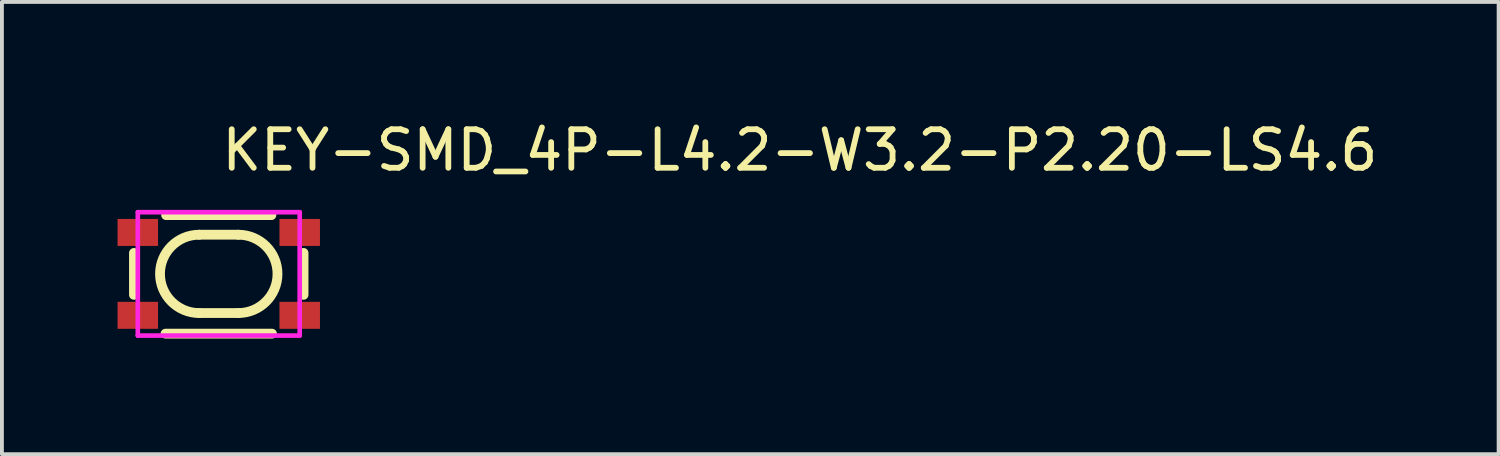
<source format=kicad_pcb>
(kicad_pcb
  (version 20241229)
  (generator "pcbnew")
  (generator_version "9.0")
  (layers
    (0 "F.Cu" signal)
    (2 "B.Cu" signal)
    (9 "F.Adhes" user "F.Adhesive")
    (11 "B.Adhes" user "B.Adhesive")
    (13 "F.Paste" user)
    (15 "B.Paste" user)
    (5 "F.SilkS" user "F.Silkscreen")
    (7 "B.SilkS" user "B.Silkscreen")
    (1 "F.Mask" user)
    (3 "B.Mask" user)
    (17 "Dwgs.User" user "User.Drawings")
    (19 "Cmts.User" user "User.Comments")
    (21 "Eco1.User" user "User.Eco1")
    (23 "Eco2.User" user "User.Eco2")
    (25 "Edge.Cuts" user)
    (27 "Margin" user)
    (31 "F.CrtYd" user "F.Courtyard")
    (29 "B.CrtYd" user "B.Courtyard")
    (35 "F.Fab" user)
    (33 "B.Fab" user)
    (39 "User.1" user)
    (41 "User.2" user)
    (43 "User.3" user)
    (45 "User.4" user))
  (footprint "KEY-SMD_4P-L4.2-W3.2-P2.20-LS4.6"
    (layer "F.Cu")
    (at 2.625 4.055)
    (property "Reference" "KEY-SMD_4P-L4.2-W3.2-P2.20-LS4.6" (at 0 -3.207 0) (layer "F.SilkS") (effects (font (size 1 1) (thickness 0.15)) (justify left)))
    (attr through_hole)
    (fp_line (start -2.2 -0.544) (end -2.2 0.544) (stroke (width 0.254) (type solid)) (layer "F.SilkS"))
    (fp_line (start -1.381 1.55) (end 1.381 1.55) (stroke (width 0.254) (type solid)) (layer "F.SilkS"))
    (fp_line (start -0.508 -1.016) (end 0.508 -1.016) (stroke (width 0.254) (type solid)) (layer "F.SilkS"))
    (fp_line (start -0.508 1.016) (end 0.508 1.016) (stroke (width 0.254) (type solid)) (layer "F.SilkS"))
    (fp_line (start 1.366 -1.524) (end -1.366 -1.524) (stroke (width 0.254) (type solid)) (layer "F.SilkS"))
    (fp_line (start 2.2 -0.544) (end 2.2 0.544) (stroke (width 0.254) (type solid)) (layer "F.SilkS"))
    (fp_arc (start -0.508 1.016) (mid -1.524 0) (end -0.508 -1.016) (stroke (width 0.254) (type solid)) (layer "F.SilkS"))
    (fp_arc (start 0.508 -1.016) (mid 1.524 0) (end 0.508 1.016) (stroke (width 0.254) (type solid)) (layer "F.SilkS"))
    (fp_circle (center -2.3 -1.6) (end -2.27 -1.6) (stroke (width 0.06) (type solid)) (fill no) (layer "Eco2.User"))
    (fp_poly (pts (xy -2.35 -1.35) (xy -1.65 -1.35) (xy -1.65 -0.8) (xy -2.35 -0.8)) (stroke (width 0.12) (type solid)) (fill no) (layer "Eco2.User"))
    (fp_poly (pts (xy -2.35 0.8) (xy -1.65 0.8) (xy -1.65 1.35) (xy -2.35 1.35)) (stroke (width 0.12) (type solid)) (fill no) (layer "Eco2.User"))
    (fp_poly (pts (xy 1.651 -1.35) (xy 2.351 -1.35) (xy 2.351 -0.8) (xy 1.651 -0.8)) (stroke (width 0.12) (type solid)) (fill no) (layer "Eco2.User"))
    (fp_poly (pts (xy 1.651 0.8) (xy 2.351 0.8) (xy 2.351 1.35) (xy 1.651 1.35)) (stroke (width 0.12) (type solid)) (fill no) (layer "Eco2.User"))
    (fp_line (start -2.1 -1.6) (end 2.1 -1.6) (stroke (width 0.12) (type solid)) (layer "F.CrtYd"))
    (fp_line (start -2.1 1.6) (end -2.1 -1.6) (stroke (width 0.12) (type solid)) (layer "F.CrtYd"))
    (fp_line (start 2.1 -1.6) (end 2.1 1.6) (stroke (width 0.12) (type solid)) (layer "F.CrtYd"))
    (fp_line (start 2.1 1.6) (end -2.1 1.6) (stroke (width 0.12) (type solid)) (layer "F.CrtYd"))
    (pad "1" smd rect (at -2.1 -1.075) (size 1.05 0.7) (layers "F.Cu" "F.Mask" "F.Paste"))
    (pad "2" smd rect (at 2.1 -1.075) (size 1.05 0.7) (layers "F.Cu" "F.Mask" "F.Paste"))
    (pad "3" smd rect (at -2.1 1.075) (size 1.05 0.7) (layers "F.Cu" "F.Mask" "F.Paste"))
    (pad "4" smd rect (at 2.1 1.075) (size 1.05 0.7) (layers "F.Cu" "F.Mask" "F.Paste")))
  (gr_rect
    (start -3 -3)
    (end 35.827 8.732)
    (stroke (width 0.1) (type default))
    (fill no)
    (layer "Edge.Cuts")))
</source>
